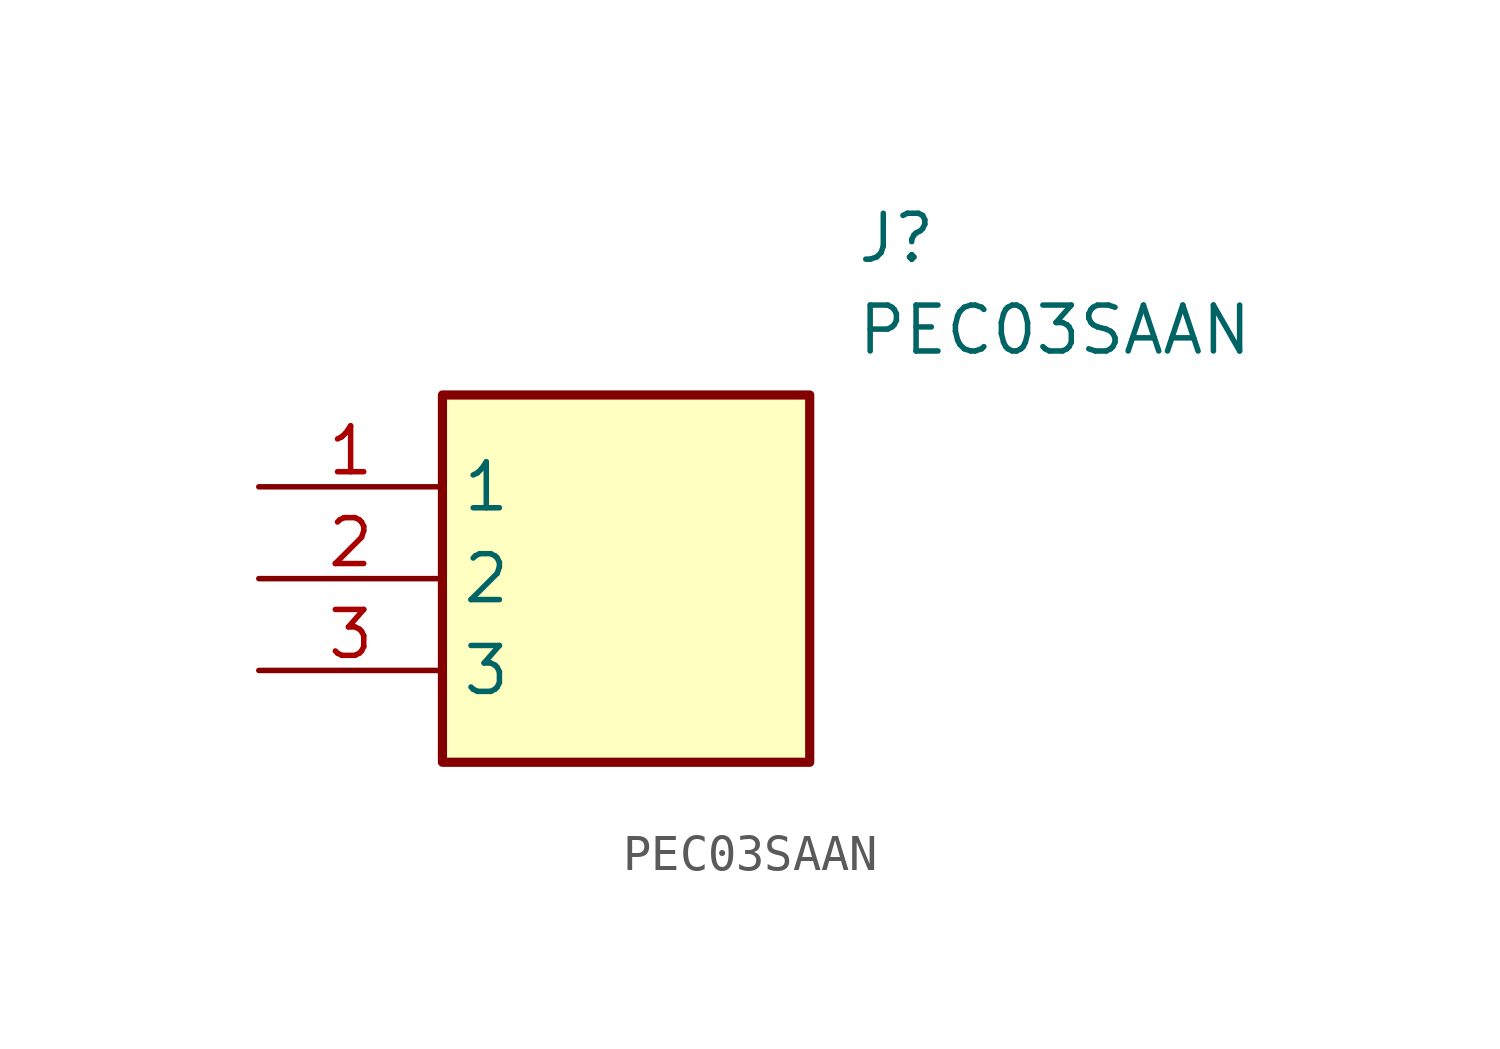
<source format=kicad_sym>
(kicad_symbol_lib
  (version 20211014)
  (generator SamacSys_ECAD_Model)
  (symbol "PEC03SAAN"
    (property "Reference" "J"
      (at 16.51 7.62 0)
      (effects (font (size 1.27 1.27)) (justify left top)))
    (property "Value" "PEC03SAAN"
      (at 16.51 5.08 0)
      (effects (font (size 1.27 1.27)) (justify left top)))
    (rectangle
      (start 5.08 2.54)
      (end 15.24 -7.62)
      (stroke (width 0.254) (type default))
      (fill (type background)))
    (pin passive line
      (at 0 0 0)
      (length 5.08)
      (name "1" (effects (font (size 1.27 1.27))))
      (number "1" (effects (font (size 1.27 1.27)))))
    (pin passive line
      (at 0 -2.54 0)
      (length 5.08)
      (name "2" (effects (font (size 1.27 1.27))))
      (number "2" (effects (font (size 1.27 1.27)))))
    (pin passive line
      (at 0 -5.08 0)
      (length 5.08)
      (name "3" (effects (font (size 1.27 1.27))))
      (number "3" (effects (font (size 1.27 1.27)))))))
</source>
